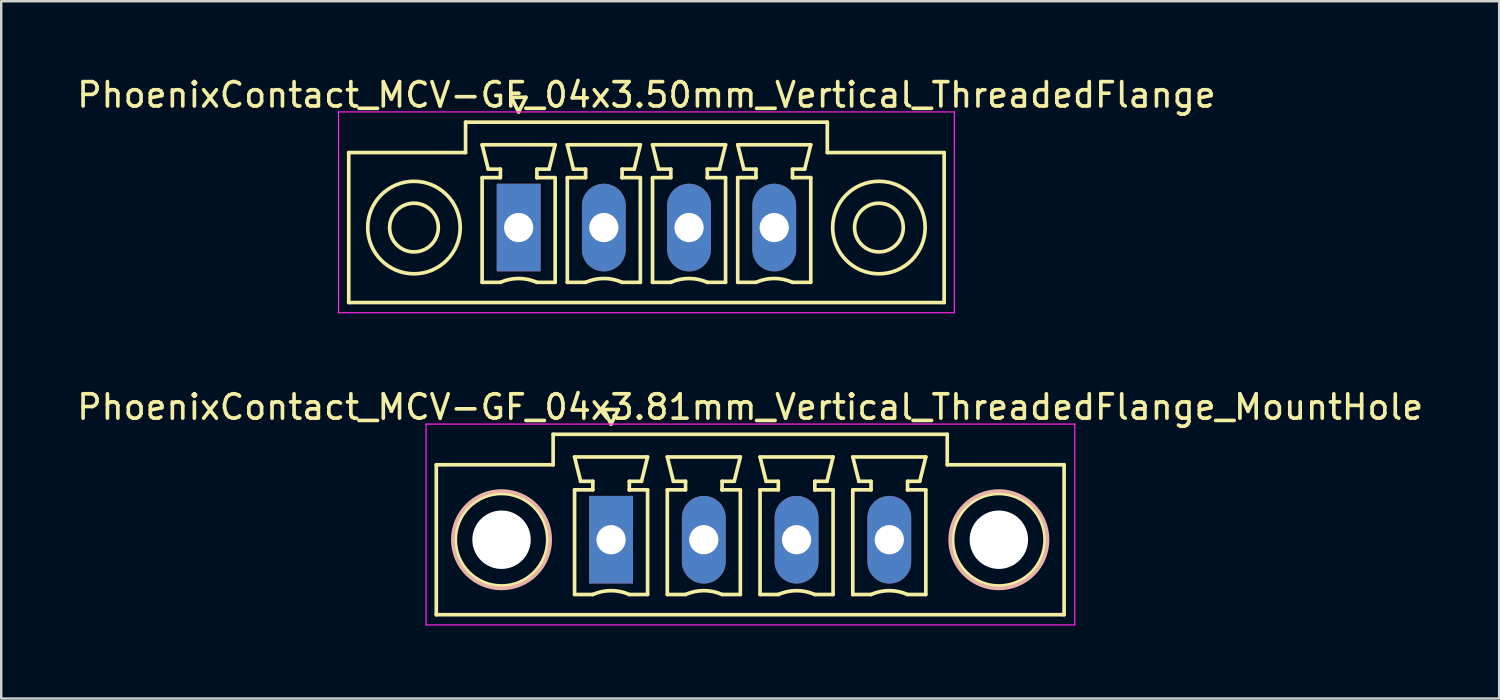
<source format=kicad_pcb>
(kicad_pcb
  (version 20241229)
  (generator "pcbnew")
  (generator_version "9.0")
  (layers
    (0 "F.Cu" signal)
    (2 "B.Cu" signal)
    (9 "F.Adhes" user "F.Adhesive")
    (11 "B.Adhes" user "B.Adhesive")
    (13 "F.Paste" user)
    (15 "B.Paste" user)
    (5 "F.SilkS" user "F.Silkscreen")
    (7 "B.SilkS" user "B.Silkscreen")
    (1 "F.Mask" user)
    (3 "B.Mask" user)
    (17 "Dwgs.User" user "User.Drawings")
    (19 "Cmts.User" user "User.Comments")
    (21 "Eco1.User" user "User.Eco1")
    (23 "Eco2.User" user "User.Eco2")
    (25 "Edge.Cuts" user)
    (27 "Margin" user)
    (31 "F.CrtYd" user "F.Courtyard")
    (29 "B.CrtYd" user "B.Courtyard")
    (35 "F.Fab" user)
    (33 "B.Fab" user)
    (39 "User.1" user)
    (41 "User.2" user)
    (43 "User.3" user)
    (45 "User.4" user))
  (footprint "PhoenixContact_MCV-GF_04x3.81mm_Vertical_ThreadedFlange_MountHole"
    (layer "F.Cu")
    (at 22.053 19.122)
    (property "Reference" "PhoenixContact_MCV-GF_04x3.81mm_Vertical_ThreadedFlange_MountHole" (at 5.715 -5.45 0) (layer "F.SilkS") (effects (font (size 1 1) (thickness 0.15))))
    (attr through_hole)
    (fp_line (start -7.18 -3.08) (end -7.18 3.08) (stroke (width 0.15) (type solid)) (layer "F.SilkS"))
    (fp_line (start -7.18 3.08) (end 18.61 3.08) (stroke (width 0.15) (type solid)) (layer "F.SilkS"))
    (fp_line (start -2.38 -4.33) (end -2.38 -3.08) (stroke (width 0.15) (type solid)) (layer "F.SilkS"))
    (fp_line (start -2.38 -3.08) (end -7.18 -3.08) (stroke (width 0.15) (type solid)) (layer "F.SilkS"))
    (fp_line (start -1.5 -3.4) (end 1.5 -3.4) (stroke (width 0.15) (type solid)) (layer "F.SilkS"))
    (fp_line (start -1.5 -2.05) (end -0.75 -2.05) (stroke (width 0.15) (type solid)) (layer "F.SilkS"))
    (fp_line (start -1.5 2.25) (end -1.5 -2.05) (stroke (width 0.15) (type solid)) (layer "F.SilkS"))
    (fp_line (start -1.25 -2.4) (end -1.5 -3.4) (stroke (width 0.15) (type solid)) (layer "F.SilkS"))
    (fp_line (start -0.75 -2.4) (end -1.25 -2.4) (stroke (width 0.15) (type solid)) (layer "F.SilkS"))
    (fp_line (start -0.75 -2.05) (end -0.75 -2.4) (stroke (width 0.15) (type solid)) (layer "F.SilkS"))
    (fp_line (start -0.75 2.25) (end -1.5 2.25) (stroke (width 0.15) (type solid)) (layer "F.SilkS"))
    (fp_line (start -0.3 -5.35) (end 0 -4.75) (stroke (width 0.15) (type solid)) (layer "F.SilkS"))
    (fp_line (start 0 -4.75) (end 0.3 -5.35) (stroke (width 0.15) (type solid)) (layer "F.SilkS"))
    (fp_line (start 0.3 -5.35) (end -0.3 -5.35) (stroke (width 0.15) (type solid)) (layer "F.SilkS"))
    (fp_line (start 0.75 -2.4) (end 0.75 -2.05) (stroke (width 0.15) (type solid)) (layer "F.SilkS"))
    (fp_line (start 0.75 -2.05) (end 0.75 -2.05) (stroke (width 0.15) (type solid)) (layer "F.SilkS"))
    (fp_line (start 0.75 -2.05) (end 1.5 -2.05) (stroke (width 0.15) (type solid)) (layer "F.SilkS"))
    (fp_line (start 1.25 -2.4) (end 0.75 -2.4) (stroke (width 0.15) (type solid)) (layer "F.SilkS"))
    (fp_line (start 1.5 -3.4) (end 1.25 -2.4) (stroke (width 0.15) (type solid)) (layer "F.SilkS"))
    (fp_line (start 1.5 -2.05) (end 1.5 2.25) (stroke (width 0.15) (type solid)) (layer "F.SilkS"))
    (fp_line (start 1.5 2.25) (end 0.75 2.25) (stroke (width 0.15) (type solid)) (layer "F.SilkS"))
    (fp_line (start 2.31 -3.4) (end 5.31 -3.4) (stroke (width 0.15) (type solid)) (layer "F.SilkS"))
    (fp_line (start 2.31 -2.05) (end 3.06 -2.05) (stroke (width 0.15) (type solid)) (layer "F.SilkS"))
    (fp_line (start 2.31 2.25) (end 2.31 -2.05) (stroke (width 0.15) (type solid)) (layer "F.SilkS"))
    (fp_line (start 2.56 -2.4) (end 2.31 -3.4) (stroke (width 0.15) (type solid)) (layer "F.SilkS"))
    (fp_line (start 3.06 -2.4) (end 2.56 -2.4) (stroke (width 0.15) (type solid)) (layer "F.SilkS"))
    (fp_line (start 3.06 -2.05) (end 3.06 -2.4) (stroke (width 0.15) (type solid)) (layer "F.SilkS"))
    (fp_line (start 3.06 2.25) (end 2.31 2.25) (stroke (width 0.15) (type solid)) (layer "F.SilkS"))
    (fp_line (start 4.56 -2.4) (end 4.56 -2.05) (stroke (width 0.15) (type solid)) (layer "F.SilkS"))
    (fp_line (start 4.56 -2.05) (end 4.56 -2.05) (stroke (width 0.15) (type solid)) (layer "F.SilkS"))
    (fp_line (start 4.56 -2.05) (end 5.31 -2.05) (stroke (width 0.15) (type solid)) (layer "F.SilkS"))
    (fp_line (start 5.06 -2.4) (end 4.56 -2.4) (stroke (width 0.15) (type solid)) (layer "F.SilkS"))
    (fp_line (start 5.31 -3.4) (end 5.06 -2.4) (stroke (width 0.15) (type solid)) (layer "F.SilkS"))
    (fp_line (start 5.31 -2.05) (end 5.31 2.25) (stroke (width 0.15) (type solid)) (layer "F.SilkS"))
    (fp_line (start 5.31 2.25) (end 4.56 2.25) (stroke (width 0.15) (type solid)) (layer "F.SilkS"))
    (fp_line (start 6.12 -3.4) (end 9.12 -3.4) (stroke (width 0.15) (type solid)) (layer "F.SilkS"))
    (fp_line (start 6.12 -2.05) (end 6.87 -2.05) (stroke (width 0.15) (type solid)) (layer "F.SilkS"))
    (fp_line (start 6.12 2.25) (end 6.12 -2.05) (stroke (width 0.15) (type solid)) (layer "F.SilkS"))
    (fp_line (start 6.37 -2.4) (end 6.12 -3.4) (stroke (width 0.15) (type solid)) (layer "F.SilkS"))
    (fp_line (start 6.87 -2.4) (end 6.37 -2.4) (stroke (width 0.15) (type solid)) (layer "F.SilkS"))
    (fp_line (start 6.87 -2.05) (end 6.87 -2.4) (stroke (width 0.15) (type solid)) (layer "F.SilkS"))
    (fp_line (start 6.87 2.25) (end 6.12 2.25) (stroke (width 0.15) (type solid)) (layer "F.SilkS"))
    (fp_line (start 8.37 -2.4) (end 8.37 -2.05) (stroke (width 0.15) (type solid)) (layer "F.SilkS"))
    (fp_line (start 8.37 -2.05) (end 8.37 -2.05) (stroke (width 0.15) (type solid)) (layer "F.SilkS"))
    (fp_line (start 8.37 -2.05) (end 9.12 -2.05) (stroke (width 0.15) (type solid)) (layer "F.SilkS"))
    (fp_line (start 8.87 -2.4) (end 8.37 -2.4) (stroke (width 0.15) (type solid)) (layer "F.SilkS"))
    (fp_line (start 9.12 -3.4) (end 8.87 -2.4) (stroke (width 0.15) (type solid)) (layer "F.SilkS"))
    (fp_line (start 9.12 -2.05) (end 9.12 2.25) (stroke (width 0.15) (type solid)) (layer "F.SilkS"))
    (fp_line (start 9.12 2.25) (end 8.37 2.25) (stroke (width 0.15) (type solid)) (layer "F.SilkS"))
    (fp_line (start 9.93 -3.4) (end 12.93 -3.4) (stroke (width 0.15) (type solid)) (layer "F.SilkS"))
    (fp_line (start 9.93 -2.05) (end 10.68 -2.05) (stroke (width 0.15) (type solid)) (layer "F.SilkS"))
    (fp_line (start 9.93 2.25) (end 9.93 -2.05) (stroke (width 0.15) (type solid)) (layer "F.SilkS"))
    (fp_line (start 10.18 -2.4) (end 9.93 -3.4) (stroke (width 0.15) (type solid)) (layer "F.SilkS"))
    (fp_line (start 10.68 -2.4) (end 10.18 -2.4) (stroke (width 0.15) (type solid)) (layer "F.SilkS"))
    (fp_line (start 10.68 -2.05) (end 10.68 -2.4) (stroke (width 0.15) (type solid)) (layer "F.SilkS"))
    (fp_line (start 10.68 2.25) (end 9.93 2.25) (stroke (width 0.15) (type solid)) (layer "F.SilkS"))
    (fp_line (start 12.18 -2.4) (end 12.18 -2.05) (stroke (width 0.15) (type solid)) (layer "F.SilkS"))
    (fp_line (start 12.18 -2.05) (end 12.18 -2.05) (stroke (width 0.15) (type solid)) (layer "F.SilkS"))
    (fp_line (start 12.18 -2.05) (end 12.93 -2.05) (stroke (width 0.15) (type solid)) (layer "F.SilkS"))
    (fp_line (start 12.68 -2.4) (end 12.18 -2.4) (stroke (width 0.15) (type solid)) (layer "F.SilkS"))
    (fp_line (start 12.93 -3.4) (end 12.68 -2.4) (stroke (width 0.15) (type solid)) (layer "F.SilkS"))
    (fp_line (start 12.93 -2.05) (end 12.93 2.25) (stroke (width 0.15) (type solid)) (layer "F.SilkS"))
    (fp_line (start 12.93 2.25) (end 12.18 2.25) (stroke (width 0.15) (type solid)) (layer "F.SilkS"))
    (fp_line (start 13.81 -4.33) (end -2.38 -4.33) (stroke (width 0.15) (type solid)) (layer "F.SilkS"))
    (fp_line (start 13.81 -3.08) (end 13.81 -4.33) (stroke (width 0.15) (type solid)) (layer "F.SilkS"))
    (fp_line (start 18.61 -3.08) (end 13.81 -3.08) (stroke (width 0.15) (type solid)) (layer "F.SilkS"))
    (fp_line (start 18.61 3.08) (end 18.61 -3.08) (stroke (width 0.15) (type solid)) (layer "F.SilkS"))
    (fp_arc (start -0.75 2.25) (mid -0.000193 2.09191) (end 0.749647 2.249844) (stroke (width 0.15) (type solid)) (layer "F.SilkS"))
    (fp_arc (start 3.06 2.25) (mid 3.809807 2.09191) (end 4.559647 2.249844) (stroke (width 0.15) (type solid)) (layer "F.SilkS"))
    (fp_arc (start 6.87 2.25) (mid 7.619807 2.09191) (end 8.369647 2.249844) (stroke (width 0.15) (type solid)) (layer "F.SilkS"))
    (fp_arc (start 10.68 2.25) (mid 11.429807 2.09191) (end 12.179647 2.249844) (stroke (width 0.15) (type solid)) (layer "F.SilkS"))
    (fp_circle (center -4.5 0) (end -2.6 0) (stroke (width 0.15) (type solid)) (fill no) (layer "F.SilkS"))
    (fp_circle (center 15.93 0) (end 17.83 0) (stroke (width 0.15) (type solid)) (fill no) (layer "F.SilkS"))
    (fp_circle (center -4.5 0) (end -2.5 0) (stroke (width 0.15) (type solid)) (fill no) (layer "B.SilkS"))
    (fp_circle (center 15.93 0) (end 17.93 0) (stroke (width 0.15) (type solid)) (fill no) (layer "B.SilkS"))
    (fp_line (start -7.6 -4.75) (end -7.6 3.5) (stroke (width 0.05) (type solid)) (layer "F.CrtYd"))
    (fp_line (start -7.6 3.5) (end 19.05 3.5) (stroke (width 0.05) (type solid)) (layer "F.CrtYd"))
    (fp_line (start 19.05 -4.75) (end -7.6 -4.75) (stroke (width 0.05) (type solid)) (layer "F.CrtYd"))
    (fp_line (start 19.05 3.5) (end 19.05 -4.75) (stroke (width 0.05) (type solid)) (layer "F.CrtYd"))
    (pad "" np_thru_hole circle (at -4.5 0) (size 2.4 2.4) (drill 2.4) (layers "*.Cu" "*.Mask"))
    (pad "" np_thru_hole circle (at 15.93 0) (size 2.4 2.4) (drill 2.4) (layers "*.Cu" "*.Mask"))
    (pad "1" thru_hole rect (at 0 0) (size 1.8 3.6) (drill 1.2) (layers "*.Cu" "*.Mask"))
    (pad "2" thru_hole oval (at 3.81 0) (size 1.8 3.6) (drill 1.2) (layers "*.Cu" "*.Mask"))
    (pad "3" thru_hole oval (at 7.62 0) (size 1.8 3.6) (drill 1.2) (layers "*.Cu" "*.Mask"))
    (pad "4" thru_hole oval (at 11.43 0) (size 1.8 3.6) (drill 1.2) (layers "*.Cu" "*.Mask")))
  (footprint "PhoenixContact_MCV-GF_04x3.50mm_Vertical_ThreadedFlange"
    (layer "F.Cu")
    (at 18.256 6.298)
    (property "Reference" "PhoenixContact_MCV-GF_04x3.50mm_Vertical_ThreadedFlange" (at 5.25 -5.45 0) (layer "F.SilkS") (effects (font (size 1 1) (thickness 0.15))))
    (attr through_hole)
    (fp_line (start -6.98 -3.08) (end -6.98 3.08) (stroke (width 0.15) (type solid)) (layer "F.SilkS"))
    (fp_line (start -6.98 3.08) (end 17.48 3.08) (stroke (width 0.15) (type solid)) (layer "F.SilkS"))
    (fp_line (start -2.18 -4.33) (end -2.18 -3.08) (stroke (width 0.15) (type solid)) (layer "F.SilkS"))
    (fp_line (start -2.18 -3.08) (end -6.98 -3.08) (stroke (width 0.15) (type solid)) (layer "F.SilkS"))
    (fp_line (start -1.5 -3.4) (end 1.5 -3.4) (stroke (width 0.15) (type solid)) (layer "F.SilkS"))
    (fp_line (start -1.5 -2.05) (end -0.75 -2.05) (stroke (width 0.15) (type solid)) (layer "F.SilkS"))
    (fp_line (start -1.5 2.25) (end -1.5 -2.05) (stroke (width 0.15) (type solid)) (layer "F.SilkS"))
    (fp_line (start -1.25 -2.4) (end -1.5 -3.4) (stroke (width 0.15) (type solid)) (layer "F.SilkS"))
    (fp_line (start -0.75 -2.4) (end -1.25 -2.4) (stroke (width 0.15) (type solid)) (layer "F.SilkS"))
    (fp_line (start -0.75 -2.05) (end -0.75 -2.4) (stroke (width 0.15) (type solid)) (layer "F.SilkS"))
    (fp_line (start -0.75 2.25) (end -1.5 2.25) (stroke (width 0.15) (type solid)) (layer "F.SilkS"))
    (fp_line (start -0.3 -5.35) (end 0 -4.75) (stroke (width 0.15) (type solid)) (layer "F.SilkS"))
    (fp_line (start 0 -4.75) (end 0.3 -5.35) (stroke (width 0.15) (type solid)) (layer "F.SilkS"))
    (fp_line (start 0.3 -5.35) (end -0.3 -5.35) (stroke (width 0.15) (type solid)) (layer "F.SilkS"))
    (fp_line (start 0.75 -2.4) (end 0.75 -2.05) (stroke (width 0.15) (type solid)) (layer "F.SilkS"))
    (fp_line (start 0.75 -2.05) (end 0.75 -2.05) (stroke (width 0.15) (type solid)) (layer "F.SilkS"))
    (fp_line (start 0.75 -2.05) (end 1.5 -2.05) (stroke (width 0.15) (type solid)) (layer "F.SilkS"))
    (fp_line (start 1.25 -2.4) (end 0.75 -2.4) (stroke (width 0.15) (type solid)) (layer "F.SilkS"))
    (fp_line (start 1.5 -3.4) (end 1.25 -2.4) (stroke (width 0.15) (type solid)) (layer "F.SilkS"))
    (fp_line (start 1.5 -2.05) (end 1.5 2.25) (stroke (width 0.15) (type solid)) (layer "F.SilkS"))
    (fp_line (start 1.5 2.25) (end 0.75 2.25) (stroke (width 0.15) (type solid)) (layer "F.SilkS"))
    (fp_line (start 2 -3.4) (end 5 -3.4) (stroke (width 0.15) (type solid)) (layer "F.SilkS"))
    (fp_line (start 2 -2.05) (end 2.75 -2.05) (stroke (width 0.15) (type solid)) (layer "F.SilkS"))
    (fp_line (start 2 2.25) (end 2 -2.05) (stroke (width 0.15) (type solid)) (layer "F.SilkS"))
    (fp_line (start 2.25 -2.4) (end 2 -3.4) (stroke (width 0.15) (type solid)) (layer "F.SilkS"))
    (fp_line (start 2.75 -2.4) (end 2.25 -2.4) (stroke (width 0.15) (type solid)) (layer "F.SilkS"))
    (fp_line (start 2.75 -2.05) (end 2.75 -2.4) (stroke (width 0.15) (type solid)) (layer "F.SilkS"))
    (fp_line (start 2.75 2.25) (end 2 2.25) (stroke (width 0.15) (type solid)) (layer "F.SilkS"))
    (fp_line (start 4.25 -2.4) (end 4.25 -2.05) (stroke (width 0.15) (type solid)) (layer "F.SilkS"))
    (fp_line (start 4.25 -2.05) (end 4.25 -2.05) (stroke (width 0.15) (type solid)) (layer "F.SilkS"))
    (fp_line (start 4.25 -2.05) (end 5 -2.05) (stroke (width 0.15) (type solid)) (layer "F.SilkS"))
    (fp_line (start 4.75 -2.4) (end 4.25 -2.4) (stroke (width 0.15) (type solid)) (layer "F.SilkS"))
    (fp_line (start 5 -3.4) (end 4.75 -2.4) (stroke (width 0.15) (type solid)) (layer "F.SilkS"))
    (fp_line (start 5 -2.05) (end 5 2.25) (stroke (width 0.15) (type solid)) (layer "F.SilkS"))
    (fp_line (start 5 2.25) (end 4.25 2.25) (stroke (width 0.15) (type solid)) (layer "F.SilkS"))
    (fp_line (start 5.5 -3.4) (end 8.5 -3.4) (stroke (width 0.15) (type solid)) (layer "F.SilkS"))
    (fp_line (start 5.5 -2.05) (end 6.25 -2.05) (stroke (width 0.15) (type solid)) (layer "F.SilkS"))
    (fp_line (start 5.5 2.25) (end 5.5 -2.05) (stroke (width 0.15) (type solid)) (layer "F.SilkS"))
    (fp_line (start 5.75 -2.4) (end 5.5 -3.4) (stroke (width 0.15) (type solid)) (layer "F.SilkS"))
    (fp_line (start 6.25 -2.4) (end 5.75 -2.4) (stroke (width 0.15) (type solid)) (layer "F.SilkS"))
    (fp_line (start 6.25 -2.05) (end 6.25 -2.4) (stroke (width 0.15) (type solid)) (layer "F.SilkS"))
    (fp_line (start 6.25 2.25) (end 5.5 2.25) (stroke (width 0.15) (type solid)) (layer "F.SilkS"))
    (fp_line (start 7.75 -2.4) (end 7.75 -2.05) (stroke (width 0.15) (type solid)) (layer "F.SilkS"))
    (fp_line (start 7.75 -2.05) (end 7.75 -2.05) (stroke (width 0.15) (type solid)) (layer "F.SilkS"))
    (fp_line (start 7.75 -2.05) (end 8.5 -2.05) (stroke (width 0.15) (type solid)) (layer "F.SilkS"))
    (fp_line (start 8.25 -2.4) (end 7.75 -2.4) (stroke (width 0.15) (type solid)) (layer "F.SilkS"))
    (fp_line (start 8.5 -3.4) (end 8.25 -2.4) (stroke (width 0.15) (type solid)) (layer "F.SilkS"))
    (fp_line (start 8.5 -2.05) (end 8.5 2.25) (stroke (width 0.15) (type solid)) (layer "F.SilkS"))
    (fp_line (start 8.5 2.25) (end 7.75 2.25) (stroke (width 0.15) (type solid)) (layer "F.SilkS"))
    (fp_line (start 9 -3.4) (end 12 -3.4) (stroke (width 0.15) (type solid)) (layer "F.SilkS"))
    (fp_line (start 9 -2.05) (end 9.75 -2.05) (stroke (width 0.15) (type solid)) (layer "F.SilkS"))
    (fp_line (start 9 2.25) (end 9 -2.05) (stroke (width 0.15) (type solid)) (layer "F.SilkS"))
    (fp_line (start 9.25 -2.4) (end 9 -3.4) (stroke (width 0.15) (type solid)) (layer "F.SilkS"))
    (fp_line (start 9.75 -2.4) (end 9.25 -2.4) (stroke (width 0.15) (type solid)) (layer "F.SilkS"))
    (fp_line (start 9.75 -2.05) (end 9.75 -2.4) (stroke (width 0.15) (type solid)) (layer "F.SilkS"))
    (fp_line (start 9.75 2.25) (end 9 2.25) (stroke (width 0.15) (type solid)) (layer "F.SilkS"))
    (fp_line (start 11.25 -2.4) (end 11.25 -2.05) (stroke (width 0.15) (type solid)) (layer "F.SilkS"))
    (fp_line (start 11.25 -2.05) (end 11.25 -2.05) (stroke (width 0.15) (type solid)) (layer "F.SilkS"))
    (fp_line (start 11.25 -2.05) (end 12 -2.05) (stroke (width 0.15) (type solid)) (layer "F.SilkS"))
    (fp_line (start 11.75 -2.4) (end 11.25 -2.4) (stroke (width 0.15) (type solid)) (layer "F.SilkS"))
    (fp_line (start 12 -3.4) (end 11.75 -2.4) (stroke (width 0.15) (type solid)) (layer "F.SilkS"))
    (fp_line (start 12 -2.05) (end 12 2.25) (stroke (width 0.15) (type solid)) (layer "F.SilkS"))
    (fp_line (start 12 2.25) (end 11.25 2.25) (stroke (width 0.15) (type solid)) (layer "F.SilkS"))
    (fp_line (start 12.68 -4.33) (end -2.18 -4.33) (stroke (width 0.15) (type solid)) (layer "F.SilkS"))
    (fp_line (start 12.68 -3.08) (end 12.68 -4.33) (stroke (width 0.15) (type solid)) (layer "F.SilkS"))
    (fp_line (start 17.48 -3.08) (end 12.68 -3.08) (stroke (width 0.15) (type solid)) (layer "F.SilkS"))
    (fp_line (start 17.48 3.08) (end 17.48 -3.08) (stroke (width 0.15) (type solid)) (layer "F.SilkS"))
    (fp_arc (start -0.75 2.25) (mid -0.000193 2.09191) (end 0.749647 2.249844) (stroke (width 0.15) (type solid)) (layer "F.SilkS"))
    (fp_arc (start 2.75 2.25) (mid 3.499807 2.09191) (end 4.249647 2.249844) (stroke (width 0.15) (type solid)) (layer "F.SilkS"))
    (fp_arc (start 6.25 2.25) (mid 6.999807 2.09191) (end 7.749647 2.249844) (stroke (width 0.15) (type solid)) (layer "F.SilkS"))
    (fp_arc (start 9.75 2.25) (mid 10.499807 2.09191) (end 11.249647 2.249844) (stroke (width 0.15) (type solid)) (layer "F.SilkS"))
    (fp_circle (center -4.3 0) (end -3.3 0) (stroke (width 0.15) (type solid)) (fill no) (layer "F.SilkS"))
    (fp_circle (center -4.3 0) (end -2.4 0) (stroke (width 0.15) (type solid)) (fill no) (layer "F.SilkS"))
    (fp_circle (center 14.8 0) (end 15.8 0) (stroke (width 0.15) (type solid)) (fill no) (layer "F.SilkS"))
    (fp_circle (center 14.8 0) (end 16.7 0) (stroke (width 0.15) (type solid)) (fill no) (layer "F.SilkS"))
    (fp_line (start -7.4 -4.75) (end -7.4 3.5) (stroke (width 0.05) (type solid)) (layer "F.CrtYd"))
    (fp_line (start -7.4 3.5) (end 17.9 3.5) (stroke (width 0.05) (type solid)) (layer "F.CrtYd"))
    (fp_line (start 17.9 -4.75) (end -7.4 -4.75) (stroke (width 0.05) (type solid)) (layer "F.CrtYd"))
    (fp_line (start 17.9 3.5) (end 17.9 -4.75) (stroke (width 0.05) (type solid)) (layer "F.CrtYd"))
    (pad "1" thru_hole rect (at 0 0) (size 1.8 3.6) (drill 1.2) (layers "*.Cu" "*.Mask"))
    (pad "2" thru_hole oval (at 3.5 0) (size 1.8 3.6) (drill 1.2) (layers "*.Cu" "*.Mask"))
    (pad "3" thru_hole oval (at 7 0) (size 1.8 3.6) (drill 1.2) (layers "*.Cu" "*.Mask"))
    (pad "4" thru_hole oval (at 10.5 0) (size 1.8 3.6) (drill 1.2) (layers "*.Cu" "*.Mask")))
  (gr_rect
    (start -3 -3)
    (end 58.536 25.646)
    (stroke (width 0.1) (type default))
    (fill no)
    (layer "Edge.Cuts")))
</source>
